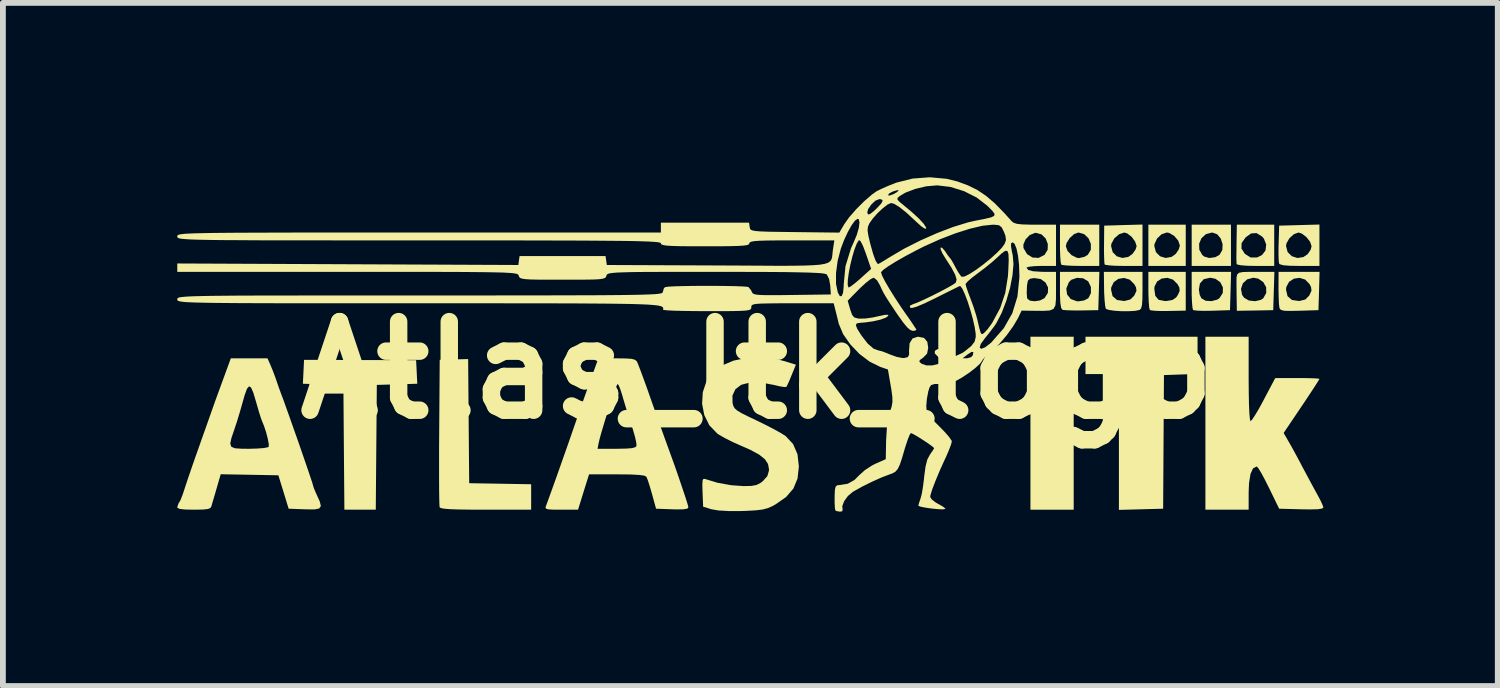
<source format=kicad_pcb>
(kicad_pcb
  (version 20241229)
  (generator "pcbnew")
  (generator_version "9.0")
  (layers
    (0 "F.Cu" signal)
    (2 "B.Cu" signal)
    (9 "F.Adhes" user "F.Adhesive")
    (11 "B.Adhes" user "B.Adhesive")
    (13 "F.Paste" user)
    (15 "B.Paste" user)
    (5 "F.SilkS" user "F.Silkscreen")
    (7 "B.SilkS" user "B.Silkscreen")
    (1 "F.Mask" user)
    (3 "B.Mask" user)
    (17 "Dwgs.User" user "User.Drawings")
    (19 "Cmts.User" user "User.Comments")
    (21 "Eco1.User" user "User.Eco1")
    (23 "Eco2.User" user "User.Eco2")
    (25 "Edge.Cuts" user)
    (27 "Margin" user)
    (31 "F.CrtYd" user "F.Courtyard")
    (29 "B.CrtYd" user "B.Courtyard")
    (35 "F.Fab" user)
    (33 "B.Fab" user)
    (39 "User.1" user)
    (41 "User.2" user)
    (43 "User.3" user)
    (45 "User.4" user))
  (footprint "Atlas_Itk_logo"
    (layer "F.Cu")
    (at 9.977 3.318)
    (property "Reference" "Atlas_Itk_logo" (at 0 0 0) (layer "F.SilkS") (effects (font (size 1.524 1.524) (thickness 0.3))))
    (attr board_only exclude_from_pos_files exclude_from_bom)
    (fp_poly (pts (xy 5.445 2.401) (xy 4.701 2.401) (xy 4.701 -0.575) (xy 5.445 -0.575)) (stroke (width 0) (type solid)) (fill yes) (layer "F.SilkS"))
    (fp_poly (pts (xy 7.576 0.065) (xy 6.998 0.085) (xy 6.991 1.234) (xy 6.984 2.384) (xy 6.604 2.394) (xy 6.223 2.404) (xy 6.223 0.068) (xy 5.648 0.068) (xy 5.648 -0.575) (xy 7.576 -0.575)) (stroke (width 0) (type solid)) (fill yes) (layer "F.SilkS"))
    (fp_poly (pts (xy -6.832 -0.174) (xy -5.868 -0.171) (xy -5.848 0.234) (xy -6.196 0.244) (xy -6.544 0.254) (xy -6.553 1.327) (xy -6.562 2.401) (xy -7.102 2.401) (xy -7.111 1.327) (xy -7.119 0.254) (xy -7.816 0.234) (xy -7.806 0.029) (xy -7.796 -0.177)) (stroke (width 0) (type solid)) (fill yes) (layer "F.SilkS"))
    (fp_poly (pts (xy -4.955 1.945) (xy -4.422 1.954) (xy -3.889 1.963) (xy -3.889 2.401) (xy -4.668 2.401) (xy -4.933 2.4) (xy -5.136 2.397) (xy -5.285 2.392) (xy -5.385 2.384) (xy -5.442 2.373) (xy -5.464 2.359) (xy -5.467 2.316) (xy -5.47 2.214) (xy -5.472 2.06) (xy -5.473 1.861) (xy -5.473 1.626) (xy -5.473 1.362) (xy -5.471 1.078) (xy -5.471 1.069) (xy -5.462 -0.178) (xy -5.217 -0.184) (xy -4.973 -0.191)) (stroke (width 0) (type solid)) (fill yes) (layer "F.SilkS"))
    (fp_poly (pts (xy 7.373 -1.793) (xy 6.73 -1.793) (xy 6.73 -2.135) (xy 6.832 -2.135) (xy 6.86 -2.03) (xy 6.931 -1.959) (xy 7.026 -1.93) (xy 7.129 -1.948) (xy 7.203 -2.002) (xy 7.253 -2.078) (xy 7.272 -2.143) (xy 7.243 -2.229) (xy 7.174 -2.31) (xy 7.087 -2.361) (xy 7.047 -2.368) (xy 6.957 -2.338) (xy 6.879 -2.264) (xy 6.835 -2.168) (xy 6.832 -2.135) (xy 6.73 -2.135) (xy 6.73 -2.503) (xy 7.373 -2.503)) (stroke (width 0) (type solid)) (fill yes) (layer "F.SilkS"))
    (fp_poly (pts (xy 8.151 -1.793) (xy 7.475 -1.793) (xy 7.475 -2.174) (xy 7.603 -2.174) (xy 7.606 -2.072) (xy 7.657 -1.982) (xy 7.691 -1.954) (xy 7.779 -1.929) (xy 7.883 -1.944) (xy 7.954 -1.984) (xy 8.002 -2.066) (xy 8.007 -2.166) (xy 7.975 -2.264) (xy 7.913 -2.338) (xy 7.828 -2.368) (xy 7.827 -2.368) (xy 7.72 -2.34) (xy 7.643 -2.27) (xy 7.603 -2.174) (xy 7.475 -2.174) (xy 7.475 -2.503) (xy 8.151 -2.503)) (stroke (width 0) (type solid)) (fill yes) (layer "F.SilkS"))
    (fp_poly (pts (xy 8.895 -1.793) (xy 8.574 -1.793) (xy 8.424 -1.796) (xy 8.314 -1.805) (xy 8.255 -1.819) (xy 8.248 -1.826) (xy 8.245 -1.884) (xy 8.244 -1.945) (xy 8.245 -2.021) (xy 8.246 -2.093) (xy 8.331 -2.093) (xy 8.389 -2.002) (xy 8.488 -1.938) (xy 8.6 -1.939) (xy 8.685 -1.98) (xy 8.746 -2.06) (xy 8.757 -2.161) (xy 8.718 -2.262) (xy 8.686 -2.299) (xy 8.59 -2.358) (xy 8.497 -2.352) (xy 8.403 -2.284) (xy 8.334 -2.187) (xy 8.331 -2.093) (xy 8.246 -2.093) (xy 8.246 -2.14) (xy 8.248 -2.266) (xy 8.252 -2.503) (xy 8.895 -2.503)) (stroke (width 0) (type solid)) (fill yes) (layer "F.SilkS"))
    (fp_poly (pts (xy 8.144 -1.361) (xy 8.134 -1.032) (xy 7.828 -1.022) (xy 7.69 -1.02) (xy 7.579 -1.023) (xy 7.511 -1.031) (xy 7.498 -1.036) (xy 7.488 -1.078) (xy 7.48 -1.172) (xy 7.475 -1.3) (xy 7.475 -1.375) (xy 7.475 -1.387) (xy 7.599 -1.387) (xy 7.613 -1.296) (xy 7.642 -1.236) (xy 7.715 -1.194) (xy 7.816 -1.187) (xy 7.915 -1.213) (xy 7.954 -1.24) (xy 8.01 -1.328) (xy 8.012 -1.424) (xy 7.967 -1.512) (xy 7.884 -1.572) (xy 7.795 -1.59) (xy 7.683 -1.565) (xy 7.617 -1.491) (xy 7.599 -1.387) (xy 7.475 -1.387) (xy 7.475 -1.691) (xy 8.153 -1.691)) (stroke (width 0) (type solid)) (fill yes) (layer "F.SilkS"))
    (fp_poly (pts (xy 9.673 -1.793) (xy 9.334 -1.793) (xy 9.16 -1.796) (xy 9.048 -1.805) (xy 8.989 -1.823) (xy 8.978 -1.835) (xy 8.972 -1.886) (xy 8.969 -1.987) (xy 8.969 -2.12) (xy 8.97 -2.136) (xy 9.098 -2.136) (xy 9.126 -2.031) (xy 9.198 -1.96) (xy 9.295 -1.929) (xy 9.398 -1.946) (xy 9.47 -1.995) (xy 9.521 -2.07) (xy 9.538 -2.132) (xy 9.512 -2.209) (xy 9.449 -2.289) (xy 9.371 -2.349) (xy 9.313 -2.368) (xy 9.233 -2.339) (xy 9.156 -2.269) (xy 9.106 -2.182) (xy 9.098 -2.136) (xy 8.97 -2.136) (xy 8.971 -2.182) (xy 8.98 -2.486) (xy 9.673 -2.505)) (stroke (width 0) (type solid)) (fill yes) (layer "F.SilkS"))
    (fp_poly (pts (xy 5.885 -1.793) (xy 5.569 -1.793) (xy 5.429 -1.795) (xy 5.316 -1.801) (xy 5.245 -1.81) (xy 5.231 -1.815) (xy 5.221 -1.857) (xy 5.214 -1.95) (xy 5.209 -2.079) (xy 5.209 -2.133) (xy 5.31 -2.133) (xy 5.339 -2.051) (xy 5.41 -1.977) (xy 5.5 -1.933) (xy 5.537 -1.928) (xy 5.63 -1.949) (xy 5.688 -1.984) (xy 5.74 -2.07) (xy 5.741 -2.171) (xy 5.701 -2.267) (xy 5.627 -2.339) (xy 5.527 -2.368) (xy 5.526 -2.368) (xy 5.451 -2.34) (xy 5.376 -2.272) (xy 5.323 -2.187) (xy 5.31 -2.133) (xy 5.209 -2.133) (xy 5.209 -2.17) (xy 5.209 -2.503) (xy 5.885 -2.503)) (stroke (width 0) (type solid)) (fill yes) (layer "F.SilkS"))
    (fp_poly (pts (xy 6.629 -1.793) (xy 6.31 -1.793) (xy 6.17 -1.795) (xy 6.059 -1.802) (xy 5.991 -1.812) (xy 5.977 -1.818) (xy 5.972 -1.861) (xy 5.968 -1.955) (xy 5.966 -2.084) (xy 5.967 -2.136) (xy 6.088 -2.136) (xy 6.116 -2.03) (xy 6.186 -1.959) (xy 6.282 -1.93) (xy 6.385 -1.948) (xy 6.459 -2.002) (xy 6.509 -2.074) (xy 6.528 -2.133) (xy 6.502 -2.212) (xy 6.442 -2.294) (xy 6.367 -2.352) (xy 6.316 -2.368) (xy 6.226 -2.338) (xy 6.144 -2.267) (xy 6.094 -2.176) (xy 6.088 -2.136) (xy 5.967 -2.136) (xy 5.967 -2.165) (xy 5.97 -2.486) (xy 6.299 -2.496) (xy 6.629 -2.505)) (stroke (width 0) (type solid)) (fill yes) (layer "F.SilkS"))
    (fp_poly (pts (xy 7.373 -1.024) (xy 7.076 -1.018) (xy 6.94 -1.017) (xy 6.831 -1.022) (xy 6.765 -1.031) (xy 6.755 -1.036) (xy 6.744 -1.078) (xy 6.736 -1.172) (xy 6.731 -1.3) (xy 6.73 -1.375) (xy 6.73 -1.399) (xy 6.832 -1.399) (xy 6.849 -1.278) (xy 6.906 -1.21) (xy 7.008 -1.189) (xy 7.044 -1.19) (xy 7.146 -1.208) (xy 7.208 -1.251) (xy 7.237 -1.293) (xy 7.269 -1.365) (xy 7.262 -1.423) (xy 7.232 -1.479) (xy 7.154 -1.557) (xy 7.058 -1.588) (xy 6.96 -1.576) (xy 6.88 -1.525) (xy 6.836 -1.439) (xy 6.832 -1.399) (xy 6.73 -1.399) (xy 6.73 -1.691) (xy 7.373 -1.691)) (stroke (width 0) (type solid)) (fill yes) (layer "F.SilkS"))
    (fp_poly (pts (xy 5.878 -1.361) (xy 5.868 -1.032) (xy 5.581 -1.027) (xy 5.444 -1.027) (xy 5.331 -1.03) (xy 5.261 -1.036) (xy 5.251 -1.039) (xy 5.229 -1.073) (xy 5.215 -1.161) (xy 5.209 -1.309) (xy 5.209 -1.373) (xy 5.209 -1.404) (xy 5.318 -1.404) (xy 5.331 -1.302) (xy 5.395 -1.223) (xy 5.5 -1.185) (xy 5.529 -1.184) (xy 5.624 -1.199) (xy 5.695 -1.236) (xy 5.697 -1.237) (xy 5.742 -1.325) (xy 5.741 -1.432) (xy 5.695 -1.527) (xy 5.694 -1.528) (xy 5.608 -1.58) (xy 5.502 -1.588) (xy 5.405 -1.555) (xy 5.363 -1.514) (xy 5.318 -1.404) (xy 5.209 -1.404) (xy 5.209 -1.691) (xy 5.887 -1.691)) (stroke (width 0) (type solid)) (fill yes) (layer "F.SilkS"))
    (fp_poly (pts (xy 8.575 -1.691) (xy 8.898 -1.691) (xy 8.888 -1.361) (xy 8.878 -1.032) (xy 8.565 -1.026) (xy 8.252 -1.021) (xy 8.249 -1.221) (xy 8.247 -1.346) (xy 8.247 -1.397) (xy 8.323 -1.397) (xy 8.342 -1.296) (xy 8.376 -1.246) (xy 8.459 -1.198) (xy 8.567 -1.186) (xy 8.668 -1.21) (xy 8.707 -1.237) (xy 8.758 -1.328) (xy 8.756 -1.427) (xy 8.707 -1.514) (xy 8.621 -1.574) (xy 8.537 -1.59) (xy 8.429 -1.562) (xy 8.355 -1.492) (xy 8.323 -1.397) (xy 8.247 -1.397) (xy 8.246 -1.455) (xy 8.246 -1.505) (xy 8.246 -1.59) (xy 8.257 -1.645) (xy 8.289 -1.675) (xy 8.356 -1.688) (xy 8.469 -1.691)) (stroke (width 0) (type solid)) (fill yes) (layer "F.SilkS"))
    (fp_poly (pts (xy 9.666 -1.361) (xy 9.656 -1.032) (xy 9.329 -1.022) (xy 9.176 -1.019) (xy 9.078 -1.021) (xy 9.022 -1.032) (xy 8.994 -1.051) (xy 8.985 -1.073) (xy 8.977 -1.134) (xy 8.972 -1.242) (xy 8.969 -1.376) (xy 8.969 -1.384) (xy 9.098 -1.384) (xy 9.124 -1.273) (xy 9.2 -1.207) (xy 9.32 -1.19) (xy 9.329 -1.19) (xy 9.43 -1.215) (xy 9.494 -1.279) (xy 9.503 -1.294) (xy 9.536 -1.367) (xy 9.529 -1.428) (xy 9.503 -1.48) (xy 9.428 -1.558) (xy 9.332 -1.588) (xy 9.234 -1.574) (xy 9.151 -1.52) (xy 9.103 -1.431) (xy 9.098 -1.384) (xy 8.969 -1.384) (xy 8.969 -1.412) (xy 8.97 -1.691) (xy 9.675 -1.691)) (stroke (width 0) (type solid)) (fill yes) (layer "F.SilkS"))
    (fp_poly (pts (xy 6.629 -1.373) (xy 6.627 -1.219) (xy 6.62 -1.12) (xy 6.605 -1.063) (xy 6.581 -1.037) (xy 6.576 -1.035) (xy 6.501 -1.02) (xy 6.391 -1.014) (xy 6.266 -1.014) (xy 6.146 -1.022) (xy 6.05 -1.036) (xy 6 -1.054) (xy 5.998 -1.057) (xy 5.986 -1.108) (xy 5.976 -1.209) (xy 5.969 -1.34) (xy 5.968 -1.384) (xy 6.088 -1.384) (xy 6.114 -1.273) (xy 6.19 -1.207) (xy 6.31 -1.19) (xy 6.319 -1.19) (xy 6.42 -1.216) (xy 6.485 -1.28) (xy 6.492 -1.293) (xy 6.525 -1.365) (xy 6.518 -1.423) (xy 6.487 -1.479) (xy 6.409 -1.557) (xy 6.312 -1.586) (xy 6.215 -1.571) (xy 6.135 -1.515) (xy 6.091 -1.423) (xy 6.088 -1.384) (xy 5.968 -1.384) (xy 5.968 -1.395) (xy 5.964 -1.691) (xy 6.629 -1.691)) (stroke (width 0) (type solid)) (fill yes) (layer "F.SilkS"))
    (fp_poly (pts (xy 8.455 0.152) (xy 8.457 0.398) (xy 8.461 0.6) (xy 8.468 0.751) (xy 8.477 0.846) (xy 8.488 0.879) (xy 8.488 0.879) (xy 8.515 0.851) (xy 8.566 0.774) (xy 8.634 0.66) (xy 8.71 0.52) (xy 8.716 0.508) (xy 8.912 0.137) (xy 9.292 0.136) (xy 9.444 0.137) (xy 9.567 0.14) (xy 9.647 0.145) (xy 9.673 0.15) (xy 9.655 0.182) (xy 9.606 0.26) (xy 9.531 0.375) (xy 9.437 0.517) (xy 9.365 0.624) (xy 9.057 1.081) (xy 9.141 1.226) (xy 9.195 1.32) (xy 9.267 1.452) (xy 9.347 1.601) (xy 9.385 1.674) (xy 9.467 1.827) (xy 9.549 1.98) (xy 9.619 2.108) (xy 9.643 2.152) (xy 9.696 2.252) (xy 9.731 2.331) (xy 9.741 2.364) (xy 9.717 2.382) (xy 9.643 2.393) (xy 9.512 2.396) (xy 9.36 2.394) (xy 8.98 2.384) (xy 8.803 2.021) (xy 8.732 1.88) (xy 8.669 1.764) (xy 8.621 1.686) (xy 8.594 1.657) (xy 8.594 1.657) (xy 8.531 1.69) (xy 8.487 1.785) (xy 8.462 1.941) (xy 8.455 2.104) (xy 8.455 2.401) (xy 7.711 2.401) (xy 7.711 -0.575) (xy 8.455 -0.575)) (stroke (width 0) (type solid)) (fill yes) (layer "F.SilkS"))
    (fp_poly (pts (xy 0.335 -0.189) (xy 0.46 -0.157) (xy 0.666 -0.094) (xy 0.591 0.089) (xy 0.549 0.191) (xy 0.515 0.264) (xy 0.5 0.289) (xy 0.461 0.29) (xy 0.377 0.276) (xy 0.285 0.254) (xy 0.061 0.213) (xy -0.127 0.213) (xy -0.274 0.252) (xy -0.375 0.328) (xy -0.426 0.438) (xy -0.424 0.565) (xy -0.411 0.615) (xy -0.388 0.656) (xy -0.344 0.695) (xy -0.268 0.741) (xy -0.149 0.8) (xy -0.013 0.865) (xy 0.147 0.943) (xy 0.295 1.02) (xy 0.415 1.087) (xy 0.489 1.134) (xy 0.617 1.271) (xy 0.693 1.446) (xy 0.717 1.657) (xy 0.694 1.865) (xy 0.623 2.037) (xy 0.496 2.184) (xy 0.31 2.313) (xy 0.258 2.341) (xy 0.18 2.375) (xy 0.092 2.398) (xy -0.025 2.412) (xy -0.186 2.421) (xy -0.271 2.424) (xy -0.492 2.424) (xy -0.668 2.414) (xy -0.789 2.393) (xy -0.795 2.391) (xy -0.93 2.349) (xy -0.94 2.1) (xy -0.944 1.973) (xy -0.94 1.901) (xy -0.927 1.872) (xy -0.9 1.871) (xy -0.889 1.875) (xy -0.681 1.938) (xy -0.447 1.98) (xy -0.232 1.995) (xy -0.101 1.992) (xy -0.013 1.976) (xy 0.055 1.942) (xy 0.099 1.908) (xy 0.175 1.823) (xy 0.202 1.73) (xy 0.203 1.706) (xy 0.186 1.614) (xy 0.132 1.532) (xy 0.032 1.452) (xy -0.12 1.37) (xy -0.272 1.303) (xy -0.419 1.238) (xy -0.556 1.169) (xy -0.662 1.108) (xy -0.689 1.089) (xy -0.824 0.948) (xy -0.91 0.773) (xy -0.948 0.579) (xy -0.936 0.38) (xy -0.873 0.193) (xy -0.769 0.045) (xy -0.612 -0.077) (xy -0.409 -0.163) (xy -0.175 -0.212) (xy 0.078 -0.221)) (stroke (width 0) (type solid)) (fill yes) (layer "F.SilkS"))
    (fp_poly (pts (xy -2.264 -0.201) (xy -2.167 -0.195) (xy -2.109 -0.181) (xy -2.076 -0.157) (xy -2.065 -0.139) (xy -2.043 -0.086) (xy -2.003 0.018) (xy -1.95 0.162) (xy -1.888 0.333) (xy -1.843 0.462) (xy -1.773 0.66) (xy -1.704 0.855) (xy -1.642 1.029) (xy -1.593 1.166) (xy -1.574 1.218) (xy -1.5 1.422) (xy -1.425 1.629) (xy -1.355 1.83) (xy -1.293 2.013) (xy -1.241 2.168) (xy -1.204 2.284) (xy -1.185 2.351) (xy -1.184 2.361) (xy -1.203 2.383) (xy -1.268 2.394) (xy -1.386 2.396) (xy -1.462 2.394) (xy -1.74 2.384) (xy -1.81 2.13) (xy -1.847 2.003) (xy -1.88 1.899) (xy -1.904 1.839) (xy -1.906 1.834) (xy -1.943 1.815) (xy -2.03 1.803) (xy -2.173 1.795) (xy -2.378 1.793) (xy -2.412 1.793) (xy -2.893 1.793) (xy -2.988 2.097) (xy -3.082 2.401) (xy -3.371 2.401) (xy -3.511 2.4) (xy -3.594 2.395) (xy -3.634 2.382) (xy -3.642 2.36) (xy -3.636 2.342) (xy -3.609 2.27) (xy -3.564 2.146) (xy -3.505 1.982) (xy -3.436 1.789) (xy -3.362 1.579) (xy -3.286 1.364) (xy -3.282 1.353) (xy -2.747 1.353) (xy -2.421 1.353) (xy -2.259 1.35) (xy -2.154 1.342) (xy -2.097 1.326) (xy -2.077 1.306) (xy -2.079 1.254) (xy -2.1 1.156) (xy -2.136 1.029) (xy -2.158 0.959) (xy -2.212 0.794) (xy -2.265 0.624) (xy -2.309 0.478) (xy -2.317 0.448) (xy -2.351 0.34) (xy -2.381 0.264) (xy -2.401 0.237) (xy -2.418 0.267) (xy -2.449 0.349) (xy -2.491 0.47) (xy -2.54 0.616) (xy -2.591 0.775) (xy -2.639 0.933) (xy -2.682 1.077) (xy -2.714 1.195) (xy -2.729 1.26) (xy -2.747 1.353) (xy -3.282 1.353) (xy -3.213 1.155) (xy -3.147 0.964) (xy -3.147 0.964) (xy -3.075 0.758) (xy -2.998 0.537) (xy -2.924 0.329) (xy -2.862 0.156) (xy -2.858 0.144) (xy -2.732 -0.203) (xy -2.415 -0.203)) (stroke (width 0) (type solid)) (fill yes) (layer "F.SilkS"))
    (fp_poly (pts (xy -8.376 -0.093) (xy -8.335 0.006) (xy -8.288 0.131) (xy -8.269 0.186) (xy -8.231 0.297) (xy -8.197 0.39) (xy -8.185 0.423) (xy -8.154 0.504) (xy -8.109 0.63) (xy -8.052 0.789) (xy -7.988 0.971) (xy -7.919 1.165) (xy -7.851 1.36) (xy -7.787 1.546) (xy -7.73 1.712) (xy -7.685 1.846) (xy -7.654 1.938) (xy -7.643 1.978) (xy -7.643 1.979) (xy -7.628 2.028) (xy -7.593 2.111) (xy -7.576 2.148) (xy -7.524 2.264) (xy -7.507 2.339) (xy -7.535 2.38) (xy -7.613 2.396) (xy -7.75 2.395) (xy -7.785 2.394) (xy -8.061 2.384) (xy -8.149 2.097) (xy -8.238 1.809) (xy -8.734 1.8) (xy -9.23 1.791) (xy -9.301 2.037) (xy -9.338 2.164) (xy -9.37 2.272) (xy -9.389 2.338) (xy -9.39 2.342) (xy -9.408 2.372) (xy -9.45 2.389) (xy -9.53 2.398) (xy -9.661 2.401) (xy -9.692 2.401) (xy -9.841 2.398) (xy -9.932 2.388) (xy -9.973 2.37) (xy -9.977 2.357) (xy -9.956 2.293) (xy -9.947 2.281) (xy -9.92 2.232) (xy -9.885 2.142) (xy -9.864 2.08) (xy -9.835 1.99) (xy -9.789 1.852) (xy -9.73 1.68) (xy -9.664 1.49) (xy -9.621 1.37) (xy -9.583 1.262) (xy -9.066 1.262) (xy -9.048 1.318) (xy -8.986 1.344) (xy -8.87 1.352) (xy -8.745 1.353) (xy -8.599 1.349) (xy -8.485 1.34) (xy -8.416 1.326) (xy -8.404 1.318) (xy -8.403 1.271) (xy -8.42 1.181) (xy -8.448 1.071) (xy -8.484 0.962) (xy -8.518 0.879) (xy -8.538 0.825) (xy -8.57 0.724) (xy -8.608 0.593) (xy -8.625 0.534) (xy -8.67 0.385) (xy -8.708 0.299) (xy -8.742 0.278) (xy -8.778 0.321) (xy -8.818 0.43) (xy -8.857 0.568) (xy -8.902 0.726) (xy -8.952 0.89) (xy -8.996 1.022) (xy -9.045 1.167) (xy -9.066 1.262) (xy -9.583 1.262) (xy -9.553 1.176) (xy -9.487 0.991) (xy -9.43 0.83) (xy -9.387 0.708) (xy -9.37 0.66) (xy -9.333 0.555) (xy -9.28 0.409) (xy -9.22 0.245) (xy -9.183 0.144) (xy -9.056 -0.203) (xy -8.425 -0.203)) (stroke (width 0) (type solid)) (fill yes) (layer "F.SilkS"))
    (fp_poly (pts (xy 3.259 -3.292) (xy 3.444 -3.246) (xy 3.628 -3.178) (xy 3.788 -3.099) (xy 3.937 -2.999) (xy 4.089 -2.869) (xy 4.256 -2.698) (xy 4.378 -2.562) (xy 4.413 -2.535) (xy 4.469 -2.517) (xy 4.559 -2.507) (xy 4.696 -2.503) (xy 4.786 -2.503) (xy 5.141 -2.503) (xy 5.141 -1.793) (xy 4.887 -1.793) (xy 4.766 -1.789) (xy 4.676 -1.779) (xy 4.635 -1.765) (xy 4.634 -1.762) (xy 4.661 -1.725) (xy 4.746 -1.701) (xy 4.892 -1.692) (xy 4.941 -1.691) (xy 5.141 -1.691) (xy 5.141 -1.372) (xy 5.14 -1.214) (xy 5.13 -1.112) (xy 5.098 -1.053) (xy 5.032 -1.026) (xy 4.921 -1.02) (xy 4.786 -1.021) (xy 4.549 -1.024) (xy 4.486 -0.893) (xy 4.407 -0.759) (xy 4.299 -0.609) (xy 4.178 -0.464) (xy 4.061 -0.347) (xy 4.008 -0.304) (xy 3.93 -0.238) (xy 3.878 -0.177) (xy 3.871 -0.162) (xy 3.832 -0.109) (xy 3.749 -0.034) (xy 3.641 0.049) (xy 3.521 0.128) (xy 3.426 0.182) (xy 3.325 0.215) (xy 3.199 0.235) (xy 3.149 0.237) (xy 3.048 0.239) (xy 2.993 0.256) (xy 2.964 0.299) (xy 2.944 0.364) (xy 2.92 0.489) (xy 2.909 0.616) (xy 2.909 0.62) (xy 2.914 0.688) (xy 2.936 0.748) (xy 2.984 0.815) (xy 3.069 0.904) (xy 3.128 0.963) (xy 3.226 1.063) (xy 3.302 1.15) (xy 3.344 1.212) (xy 3.348 1.227) (xy 3.335 1.281) (xy 3.298 1.377) (xy 3.247 1.497) (xy 3.232 1.527) (xy 3.141 1.728) (xy 3.067 1.906) (xy 3.012 2.049) (xy 2.981 2.149) (xy 2.976 2.182) (xy 3.004 2.225) (xy 3.074 2.279) (xy 3.115 2.302) (xy 3.193 2.346) (xy 3.235 2.379) (xy 3.237 2.388) (xy 3.197 2.395) (xy 3.113 2.392) (xy 3.009 2.382) (xy 2.903 2.367) (xy 2.818 2.351) (xy 2.775 2.335) (xy 2.773 2.331) (xy 2.785 2.283) (xy 2.81 2.209) (xy 2.831 2.131) (xy 2.852 2.008) (xy 2.87 1.865) (xy 2.873 1.832) (xy 2.896 1.659) (xy 2.927 1.537) (xy 2.972 1.453) (xy 3.019 1.385) (xy 3.043 1.345) (xy 3.044 1.342) (xy 3.018 1.317) (xy 2.952 1.268) (xy 2.864 1.209) (xy 2.772 1.151) (xy 2.694 1.105) (xy 2.648 1.083) (xy 2.645 1.082) (xy 2.623 1.112) (xy 2.591 1.192) (xy 2.553 1.307) (xy 2.541 1.344) (xy 2.492 1.513) (xy 2.453 1.628) (xy 2.417 1.702) (xy 2.378 1.747) (xy 2.329 1.775) (xy 2.277 1.794) (xy 2.14 1.846) (xy 1.973 1.921) (xy 1.803 2.005) (xy 1.659 2.086) (xy 1.645 2.094) (xy 1.561 2.165) (xy 1.496 2.254) (xy 1.463 2.341) (xy 1.47 2.399) (xy 1.462 2.428) (xy 1.424 2.435) (xy 1.362 2.424) (xy 1.343 2.41) (xy 1.336 2.365) (xy 1.332 2.274) (xy 1.332 2.181) (xy 1.336 2.069) (xy 1.348 2.008) (xy 1.373 1.982) (xy 1.42 1.976) (xy 1.421 1.976) (xy 1.559 1.954) (xy 1.674 1.889) (xy 1.758 1.805) (xy 1.852 1.721) (xy 1.974 1.641) (xy 2.037 1.609) (xy 2.212 1.532) (xy 2.218 1.206) (xy 2.233 0.963) (xy 2.267 0.773) (xy 2.285 0.714) (xy 2.314 0.624) (xy 2.327 0.547) (xy 2.325 0.459) (xy 2.309 0.338) (xy 2.297 0.268) (xy 2.249 -0.011) (xy 2.117 -0.056) (xy 1.936 -0.145) (xy 1.759 -0.279) (xy 1.602 -0.443) (xy 1.478 -0.62) (xy 1.404 -0.796) (xy 1.4 -0.812) (xy 1.378 -0.903) (xy 1.351 -1.012) (xy 1.348 -1.023) (xy 1.316 -1.15) (xy 0.607 -1.15) (xy 0.372 -1.15) (xy 0.195 -1.148) (xy 0.069 -1.145) (xy -0.016 -1.14) (xy -0.066 -1.13) (xy -0.092 -1.117) (xy -0.101 -1.098) (xy -0.101 -1.082) (xy -0.104 -1.06) (xy -0.117 -1.044) (xy -0.148 -1.032) (xy -0.206 -1.024) (xy -0.299 -1.019) (xy -0.436 -1.016) (xy -0.624 -1.015) (xy -0.862 -1.015) (xy -1.081 -1.016) (xy -1.274 -1.019) (xy -1.434 -1.023) (xy -1.549 -1.029) (xy -1.611 -1.036) (xy -1.619 -1.04) (xy -1.617 -1.056) (xy -1.618 -1.071) (xy -1.626 -1.084) (xy -1.643 -1.095) (xy -1.675 -1.105) (xy -1.723 -1.114) (xy -1.792 -1.121) (xy -1.885 -1.128) (xy -2.006 -1.133) (xy -2.158 -1.138) (xy -2.344 -1.141) (xy -2.569 -1.144) (xy -2.835 -1.146) (xy -3.146 -1.148) (xy -3.506 -1.149) (xy -3.918 -1.149) (xy -4.385 -1.15) (xy -4.911 -1.15) (xy -5.5 -1.15) (xy -5.8 -1.15) (xy -6.418 -1.15) (xy -6.972 -1.15) (xy -7.465 -1.15) (xy -7.901 -1.151) (xy -8.283 -1.151) (xy -8.615 -1.152) (xy -8.901 -1.153) (xy -9.144 -1.155) (xy -9.347 -1.157) (xy -9.514 -1.16) (xy -9.649 -1.163) (xy -9.754 -1.167) (xy -9.835 -1.171) (xy -9.893 -1.177) (xy -9.933 -1.183) (xy -9.957 -1.19) (xy -9.965 -1.194) (xy 1.557 -1.194) (xy 1.6 -1.045) (xy 1.632 -0.953) (xy 1.669 -0.907) (xy 1.732 -0.889) (xy 1.765 -0.886) (xy 1.869 -0.889) (xy 2 -0.908) (xy 2.079 -0.926) (xy 2.195 -0.951) (xy 2.251 -0.952) (xy 2.257 -0.937) (xy 2.216 -0.904) (xy 2.124 -0.87) (xy 1.999 -0.841) (xy 1.858 -0.821) (xy 1.767 -0.814) (xy 1.713 -0.805) (xy 1.697 -0.774) (xy 1.72 -0.713) (xy 1.784 -0.61) (xy 1.795 -0.594) (xy 1.902 -0.456) (xy 2.003 -0.369) (xy 2.089 -0.338) (xy 2.145 -0.325) (xy 2.235 -0.291) (xy 2.287 -0.269) (xy 2.397 -0.229) (xy 2.497 -0.209) (xy 2.531 -0.209) (xy 2.592 -0.225) (xy 2.614 -0.268) (xy 2.612 -0.331) (xy 2.622 -0.463) (xy 2.673 -0.545) (xy 2.764 -0.575) (xy 2.768 -0.575) (xy 2.871 -0.554) (xy 2.927 -0.486) (xy 2.942 -0.383) (xy 2.923 -0.284) (xy 2.854 -0.214) (xy 2.796 -0.172) (xy 2.791 -0.143) (xy 2.829 -0.11) (xy 2.909 -0.082) (xy 3.016 -0.082) (xy 3.114 -0.106) (xy 3.156 -0.133) (xy 3.16 -0.178) (xy 3.135 -0.204) (xy 3.534 -0.204) (xy 3.612 -0.204) (xy 3.68 -0.223) (xy 3.709 -0.255) (xy 3.719 -0.311) (xy 3.688 -0.314) (xy 3.618 -0.269) (xy 3.534 -0.204) (xy 3.135 -0.204) (xy 3.109 -0.233) (xy 3.056 -0.286) (xy 3.056 -0.326) (xy 3.069 -0.342) (xy 3.109 -0.363) (xy 3.164 -0.343) (xy 3.211 -0.311) (xy 3.32 -0.251) (xy 3.422 -0.246) (xy 3.534 -0.298) (xy 3.579 -0.33) (xy 3.65 -0.388) (xy 3.828 -0.388) (xy 3.854 -0.367) (xy 3.919 -0.391) (xy 4.014 -0.464) (xy 4.033 -0.482) (xy 4.242 -0.721) (xy 4.389 -0.979) (xy 4.477 -1.265) (xy 4.483 -1.323) (xy 4.637 -1.323) (xy 4.643 -1.246) (xy 4.647 -1.231) (xy 4.693 -1.195) (xy 4.774 -1.185) (xy 4.866 -1.199) (xy 4.941 -1.237) (xy 4.944 -1.24) (xy 5.001 -1.328) (xy 5.004 -1.423) (xy 4.96 -1.508) (xy 4.878 -1.567) (xy 4.767 -1.584) (xy 4.764 -1.584) (xy 4.693 -1.572) (xy 4.658 -1.541) (xy 4.644 -1.471) (xy 4.64 -1.425) (xy 4.637 -1.323) (xy 4.483 -1.323) (xy 4.51 -1.585) (xy 4.511 -1.623) (xy 4.505 -1.808) (xy 4.487 -1.97) (xy 4.46 -2.096) (xy 4.433 -2.16) (xy 4.579 -2.16) (xy 4.581 -2.101) (xy 4.643 -1.996) (xy 4.735 -1.938) (xy 4.841 -1.931) (xy 4.942 -1.982) (xy 4.944 -1.984) (xy 4.997 -2.07) (xy 5 -2.17) (xy 4.963 -2.265) (xy 4.892 -2.335) (xy 4.798 -2.362) (xy 4.779 -2.361) (xy 4.689 -2.324) (xy 4.617 -2.249) (xy 4.579 -2.16) (xy 4.433 -2.16) (xy 4.426 -2.176) (xy 4.394 -2.198) (xy 4.37 -2.185) (xy 4.366 -2.136) (xy 4.382 -2.041) (xy 4.397 -1.974) (xy 4.409 -1.822) (xy 4.392 -1.63) (xy 4.35 -1.414) (xy 4.286 -1.194) (xy 4.207 -0.987) (xy 4.116 -0.811) (xy 4.089 -0.77) (xy 4.013 -0.668) (xy 3.929 -0.562) (xy 3.917 -0.548) (xy 3.846 -0.45) (xy 3.828 -0.388) (xy 3.65 -0.388) (xy 3.685 -0.417) (xy 3.741 -0.491) (xy 3.76 -0.571) (xy 3.759 -0.626) (xy 3.741 -0.744) (xy 3.709 -0.885) (xy 3.667 -1.035) (xy 3.621 -1.179) (xy 3.574 -1.304) (xy 3.531 -1.398) (xy 3.496 -1.445) (xy 3.485 -1.447) (xy 3.447 -1.429) (xy 3.362 -1.387) (xy 3.239 -1.326) (xy 3.093 -1.253) (xy 3.064 -1.238) (xy 2.877 -1.148) (xy 2.744 -1.092) (xy 2.663 -1.069) (xy 2.632 -1.074) (xy 2.626 -1.108) (xy 2.677 -1.133) (xy 2.755 -1.162) (xy 2.869 -1.213) (xy 3.001 -1.276) (xy 3.138 -1.345) (xy 3.263 -1.411) (xy 3.36 -1.466) (xy 3.38 -1.479) (xy 3.585 -1.479) (xy 3.597 -1.431) (xy 3.628 -1.34) (xy 3.667 -1.237) (xy 3.719 -1.096) (xy 3.766 -0.948) (xy 3.789 -0.862) (xy 3.819 -0.731) (xy 3.841 -0.654) (xy 3.859 -0.622) (xy 3.88 -0.622) (xy 3.909 -0.645) (xy 3.911 -0.647) (xy 3.964 -0.704) (xy 4.027 -0.79) (xy 4.045 -0.817) (xy 4.181 -1.07) (xy 4.268 -1.33) (xy 4.314 -1.619) (xy 4.32 -1.716) (xy 4.327 -1.888) (xy 4.323 -1.998) (xy 4.304 -2.051) (xy 4.266 -2.052) (xy 4.204 -2.007) (xy 4.133 -1.941) (xy 4.04 -1.858) (xy 3.918 -1.759) (xy 3.796 -1.667) (xy 3.696 -1.591) (xy 3.621 -1.526) (xy 3.586 -1.484) (xy 3.585 -1.479) (xy 3.38 -1.479) (xy 3.413 -1.502) (xy 3.417 -1.506) (xy 3.431 -1.558) (xy 3.406 -1.642) (xy 3.342 -1.763) (xy 3.24 -1.921) (xy 3.186 -2.01) (xy 3.156 -2.081) (xy 3.154 -2.106) (xy 3.178 -2.108) (xy 3.22 -2.062) (xy 3.232 -2.046) (xy 3.281 -1.973) (xy 3.315 -1.93) (xy 3.318 -1.928) (xy 3.345 -1.89) (xy 3.388 -1.813) (xy 3.411 -1.769) (xy 3.461 -1.68) (xy 3.505 -1.618) (xy 3.519 -1.606) (xy 3.568 -1.611) (xy 3.653 -1.654) (xy 3.764 -1.725) (xy 3.886 -1.815) (xy 4.009 -1.914) (xy 4.12 -2.014) (xy 4.208 -2.104) (xy 4.256 -2.171) (xy 4.28 -2.237) (xy 4.271 -2.31) (xy 4.246 -2.377) (xy 4.206 -2.457) (xy 4.16 -2.493) (xy 4.081 -2.502) (xy 4.05 -2.502) (xy 3.875 -2.484) (xy 3.656 -2.432) (xy 3.405 -2.352) (xy 3.136 -2.248) (xy 2.859 -2.123) (xy 2.727 -2.056) (xy 2.543 -1.958) (xy 2.382 -1.866) (xy 2.254 -1.786) (xy 2.167 -1.724) (xy 2.131 -1.685) (xy 2.131 -1.682) (xy 2.149 -1.626) (xy 2.2 -1.526) (xy 2.276 -1.395) (xy 2.371 -1.243) (xy 2.477 -1.082) (xy 2.542 -0.988) (xy 2.625 -0.87) (xy 2.69 -0.773) (xy 2.731 -0.71) (xy 2.74 -0.693) (xy 2.711 -0.679) (xy 2.678 -0.676) (xy 2.635 -0.69) (xy 2.583 -0.734) (xy 2.513 -0.818) (xy 2.42 -0.948) (xy 2.351 -1.05) (xy 2.266 -1.179) (xy 2.208 -1.27) (xy 2.169 -1.338) (xy 2.138 -1.401) (xy 2.11 -1.463) (xy 2.061 -1.547) (xy 2.01 -1.588) (xy 2 -1.589) (xy 1.952 -1.566) (xy 1.873 -1.505) (xy 1.778 -1.418) (xy 1.751 -1.391) (xy 1.557 -1.194) (xy -9.965 -1.194) (xy -9.971 -1.197) (xy -9.976 -1.206) (xy -9.977 -1.216) (xy -9.977 -1.218) (xy -9.977 -1.228) (xy -9.972 -1.237) (xy -9.96 -1.245) (xy -9.937 -1.252) (xy -9.9 -1.258) (xy -9.844 -1.263) (xy -9.767 -1.268) (xy -9.666 -1.272) (xy -9.535 -1.275) (xy -9.373 -1.278) (xy -9.175 -1.28) (xy -8.939 -1.282) (xy -8.659 -1.283) (xy -8.334 -1.284) (xy -7.959 -1.284) (xy -7.531 -1.285) (xy -7.047 -1.285) (xy -6.502 -1.285) (xy -5.894 -1.285) (xy -5.8 -1.285) (xy -5.182 -1.285) (xy -4.629 -1.285) (xy -4.135 -1.286) (xy -3.699 -1.286) (xy -3.317 -1.287) (xy -2.984 -1.288) (xy -2.698 -1.289) (xy -2.456 -1.291) (xy -2.252 -1.293) (xy -2.085 -1.296) (xy -1.951 -1.299) (xy -1.845 -1.303) (xy -1.765 -1.307) (xy -1.707 -1.312) (xy -1.667 -1.318) (xy -1.643 -1.325) (xy -1.629 -1.333) (xy -1.624 -1.342) (xy -1.623 -1.349) (xy -1.604 -1.411) (xy -1.581 -1.429) (xy -1.53 -1.436) (xy -1.426 -1.442) (xy -1.28 -1.446) (xy -1.107 -1.449) (xy -0.917 -1.45) (xy -0.725 -1.45) (xy -0.541 -1.448) (xy -0.38 -1.445) (xy -0.252 -1.44) (xy -0.171 -1.434) (xy -0.15 -1.429) (xy -0.107 -1.377) (xy -0.091 -1.344) (xy -0.079 -1.323) (xy -0.053 -1.308) (xy -0.005 -1.298) (xy 0.075 -1.292) (xy 0.194 -1.29) (xy 0.364 -1.29) (xy 0.592 -1.293) (xy 0.599 -1.293) (xy 1.267 -1.302) (xy 1.257 -1.454) (xy 1.237 -1.568) (xy 1.2 -1.642) (xy 1.192 -1.649) (xy 1.164 -1.658) (xy 1.106 -1.667) (xy 1.047 -1.671) (xy 1.356 -1.671) (xy 1.356 -1.483) (xy 1.387 -1.336) (xy 1.422 -1.273) (xy 1.453 -1.273) (xy 1.477 -1.33) (xy 1.488 -1.439) (xy 1.488 -1.464) (xy 1.557 -1.464) (xy 1.571 -1.423) (xy 1.576 -1.422) (xy 1.615 -1.444) (xy 1.687 -1.5) (xy 1.779 -1.578) (xy 1.783 -1.583) (xy 1.96 -1.742) (xy 1.87 -2.005) (xy 1.821 -2.135) (xy 1.781 -2.215) (xy 1.752 -2.238) (xy 1.749 -2.236) (xy 1.712 -2.176) (xy 1.673 -2.074) (xy 1.635 -1.946) (xy 1.601 -1.807) (xy 1.575 -1.67) (xy 1.559 -1.551) (xy 1.557 -1.464) (xy 1.488 -1.464) (xy 1.488 -1.472) (xy 1.519 -1.789) (xy 1.614 -2.097) (xy 1.66 -2.199) (xy 1.714 -2.328) (xy 1.736 -2.406) (xy 1.899 -2.406) (xy 1.911 -2.321) (xy 1.941 -2.192) (xy 1.942 -2.188) (xy 1.993 -2.005) (xy 2.036 -1.886) (xy 2.071 -1.83) (xy 2.081 -1.826) (xy 2.115 -1.843) (xy 2.189 -1.887) (xy 2.274 -1.94) (xy 2.525 -2.088) (xy 2.804 -2.229) (xy 3.093 -2.357) (xy 3.373 -2.464) (xy 3.627 -2.542) (xy 3.746 -2.569) (xy 3.914 -2.602) (xy 4.023 -2.628) (xy 4.077 -2.654) (xy 4.084 -2.688) (xy 4.048 -2.738) (xy 3.976 -2.811) (xy 3.954 -2.832) (xy 3.777 -2.969) (xy 3.559 -3.079) (xy 3.325 -3.152) (xy 3.098 -3.179) (xy 3.097 -3.179) (xy 2.91 -3.163) (xy 2.719 -3.118) (xy 2.549 -3.053) (xy 2.45 -2.994) (xy 2.413 -2.961) (xy 2.414 -2.931) (xy 2.458 -2.887) (xy 2.503 -2.851) (xy 2.658 -2.722) (xy 2.782 -2.608) (xy 2.867 -2.515) (xy 2.907 -2.451) (xy 2.909 -2.44) (xy 2.888 -2.432) (xy 2.826 -2.472) (xy 2.731 -2.558) (xy 2.569 -2.708) (xy 2.444 -2.808) (xy 2.353 -2.863) (xy 2.303 -2.875) (xy 2.246 -2.851) (xy 2.164 -2.788) (xy 2.073 -2.703) (xy 1.99 -2.61) (xy 1.93 -2.525) (xy 1.928 -2.521) (xy 1.905 -2.466) (xy 1.899 -2.406) (xy 1.736 -2.406) (xy 1.748 -2.447) (xy 1.76 -2.541) (xy 1.747 -2.596) (xy 1.729 -2.604) (xy 1.684 -2.574) (xy 1.625 -2.494) (xy 1.559 -2.376) (xy 1.493 -2.234) (xy 1.439 -2.091) (xy 1.384 -1.88) (xy 1.356 -1.671) (xy 1.047 -1.671) (xy 1.012 -1.673) (xy 0.878 -1.679) (xy 0.7 -1.683) (xy 0.474 -1.687) (xy 0.195 -1.689) (xy -0.141 -1.69) (xy -0.539 -1.691) (xy -0.72 -1.691) (xy -1.121 -1.691) (xy -1.46 -1.691) (xy -1.742 -1.69) (xy -1.972 -1.689) (xy -2.156 -1.687) (xy -2.299 -1.683) (xy -2.406 -1.679) (xy -2.482 -1.673) (xy -2.534 -1.666) (xy -2.566 -1.657) (xy -2.583 -1.646) (xy -2.592 -1.633) (xy -2.594 -1.623) (xy -2.603 -1.601) (xy -2.621 -1.585) (xy -2.658 -1.573) (xy -2.722 -1.564) (xy -2.821 -1.559) (xy -2.964 -1.557) (xy -3.16 -1.556) (xy -3.348 -1.556) (xy -3.59 -1.556) (xy -3.772 -1.557) (xy -3.903 -1.56) (xy -3.993 -1.566) (xy -4.05 -1.575) (xy -4.081 -1.588) (xy -4.096 -1.606) (xy -4.102 -1.623) (xy -4.106 -1.635) (xy -4.115 -1.646) (xy -4.132 -1.655) (xy -4.163 -1.662) (xy -4.21 -1.669) (xy -4.279 -1.674) (xy -4.373 -1.679) (xy -4.497 -1.682) (xy -4.655 -1.685) (xy -4.852 -1.687) (xy -5.091 -1.689) (xy -5.376 -1.69) (xy -5.713 -1.691) (xy -6.105 -1.691) (xy -6.556 -1.691) (xy -7.049 -1.691) (xy -9.977 -1.691) (xy -9.977 -1.835) (xy -7.043 -1.822) (xy -4.109 -1.809) (xy -4.099 -1.886) (xy -4.088 -1.962) (xy -2.609 -1.962) (xy -2.598 -1.886) (xy -2.587 -1.809) (xy -0.686 -1.801) (xy -0.273 -1.799) (xy 0.077 -1.797) (xy 0.371 -1.795) (xy 0.612 -1.796) (xy 0.806 -1.799) (xy 0.959 -1.805) (xy 1.075 -1.814) (xy 1.159 -1.828) (xy 1.218 -1.847) (xy 1.255 -1.872) (xy 1.277 -1.904) (xy 1.288 -1.942) (xy 1.294 -1.989) (xy 1.299 -2.044) (xy 1.303 -2.072) (xy 1.327 -2.232) (xy 0.596 -2.232) (xy 0.352 -2.232) (xy 0.168 -2.23) (xy 0.036 -2.226) (xy -0.053 -2.219) (xy -0.105 -2.209) (xy -0.13 -2.196) (xy -0.135 -2.181) (xy -0.143 -2.165) (xy -0.172 -2.152) (xy -0.23 -2.143) (xy -0.325 -2.137) (xy -0.464 -2.133) (xy -0.655 -2.131) (xy -0.896 -2.131) (xy -1.145 -2.131) (xy -1.335 -2.133) (xy -1.472 -2.137) (xy -1.565 -2.143) (xy -1.622 -2.153) (xy -1.65 -2.165) (xy -1.657 -2.181) (xy -1.663 -2.189) (xy -1.682 -2.196) (xy -1.719 -2.202) (xy -1.776 -2.207) (xy -1.857 -2.212) (xy -1.965 -2.216) (xy -2.104 -2.22) (xy -2.277 -2.223) (xy -2.488 -2.225) (xy -2.739 -2.227) (xy -3.036 -2.229) (xy -3.379 -2.23) (xy -3.774 -2.231) (xy -4.224 -2.232) (xy -4.732 -2.232) (xy -5.301 -2.232) (xy -5.817 -2.232) (xy -6.434 -2.232) (xy -6.986 -2.232) (xy -7.478 -2.233) (xy -7.913 -2.233) (xy -8.294 -2.233) (xy -8.625 -2.234) (xy -8.909 -2.236) (xy -9.151 -2.237) (xy -9.353 -2.239) (xy -9.519 -2.242) (xy -9.653 -2.245) (xy -9.758 -2.249) (xy -9.837 -2.254) (xy -9.894 -2.259) (xy -9.934 -2.265) (xy -9.958 -2.272) (xy -9.971 -2.28) (xy -9.976 -2.289) (xy -9.977 -2.299) (xy -9.977 -2.3) (xy -9.977 -2.31) (xy -9.972 -2.319) (xy -9.96 -2.327) (xy -9.937 -2.334) (xy -9.899 -2.34) (xy -9.844 -2.346) (xy -9.767 -2.35) (xy -9.665 -2.354) (xy -9.535 -2.357) (xy -9.372 -2.36) (xy -9.174 -2.362) (xy -8.937 -2.364) (xy -8.657 -2.365) (xy -8.331 -2.366) (xy -7.955 -2.367) (xy -7.526 -2.367) (xy -7.041 -2.367) (xy -6.495 -2.367) (xy -5.885 -2.368) (xy -1.657 -2.368) (xy -1.657 -2.537) (xy -0.14 -2.537) (xy -0.129 -2.461) (xy -0.124 -2.436) (xy -0.112 -2.417) (xy -0.084 -2.404) (xy -0.032 -2.394) (xy 0.052 -2.387) (xy 0.178 -2.382) (xy 0.352 -2.379) (xy 0.583 -2.376) (xy 0.647 -2.375) (xy 1.413 -2.366) (xy 1.499 -2.512) (xy 1.583 -2.631) (xy 1.66 -2.718) (xy 1.894 -2.718) (xy 1.905 -2.679) (xy 1.941 -2.685) (xy 2.01 -2.739) (xy 2.053 -2.78) (xy 2.133 -2.865) (xy 2.16 -2.916) (xy 2.136 -2.939) (xy 2.099 -2.942) (xy 2.034 -2.916) (xy 1.964 -2.851) (xy 1.91 -2.773) (xy 1.894 -2.718) (xy 1.66 -2.718) (xy 1.703 -2.768) (xy 1.838 -2.903) (xy 1.961 -3.009) (xy 2.25 -3.009) (xy 2.251 -3.007) (xy 2.285 -3.006) (xy 2.347 -3.029) (xy 2.406 -3.063) (xy 2.435 -3.095) (xy 2.435 -3.097) (xy 2.407 -3.095) (xy 2.34 -3.075) (xy 2.334 -3.073) (xy 2.27 -3.04) (xy 2.25 -3.009) (xy 1.961 -3.009) (xy 1.97 -3.018) (xy 2.053 -3.077) (xy 2.137 -3.119) (xy 2.258 -3.172) (xy 2.393 -3.225) (xy 2.399 -3.227) (xy 2.674 -3.296) (xy 2.969 -3.318)) (stroke (width 0) (type solid)) (fill yes) (layer "F.SilkS")))
  (gr_rect
    (start -3 -3)
    (end 22.718 8.753)
    (stroke (width 0.1) (type default))
    (fill no)
    (layer "Edge.Cuts")))
</source>
